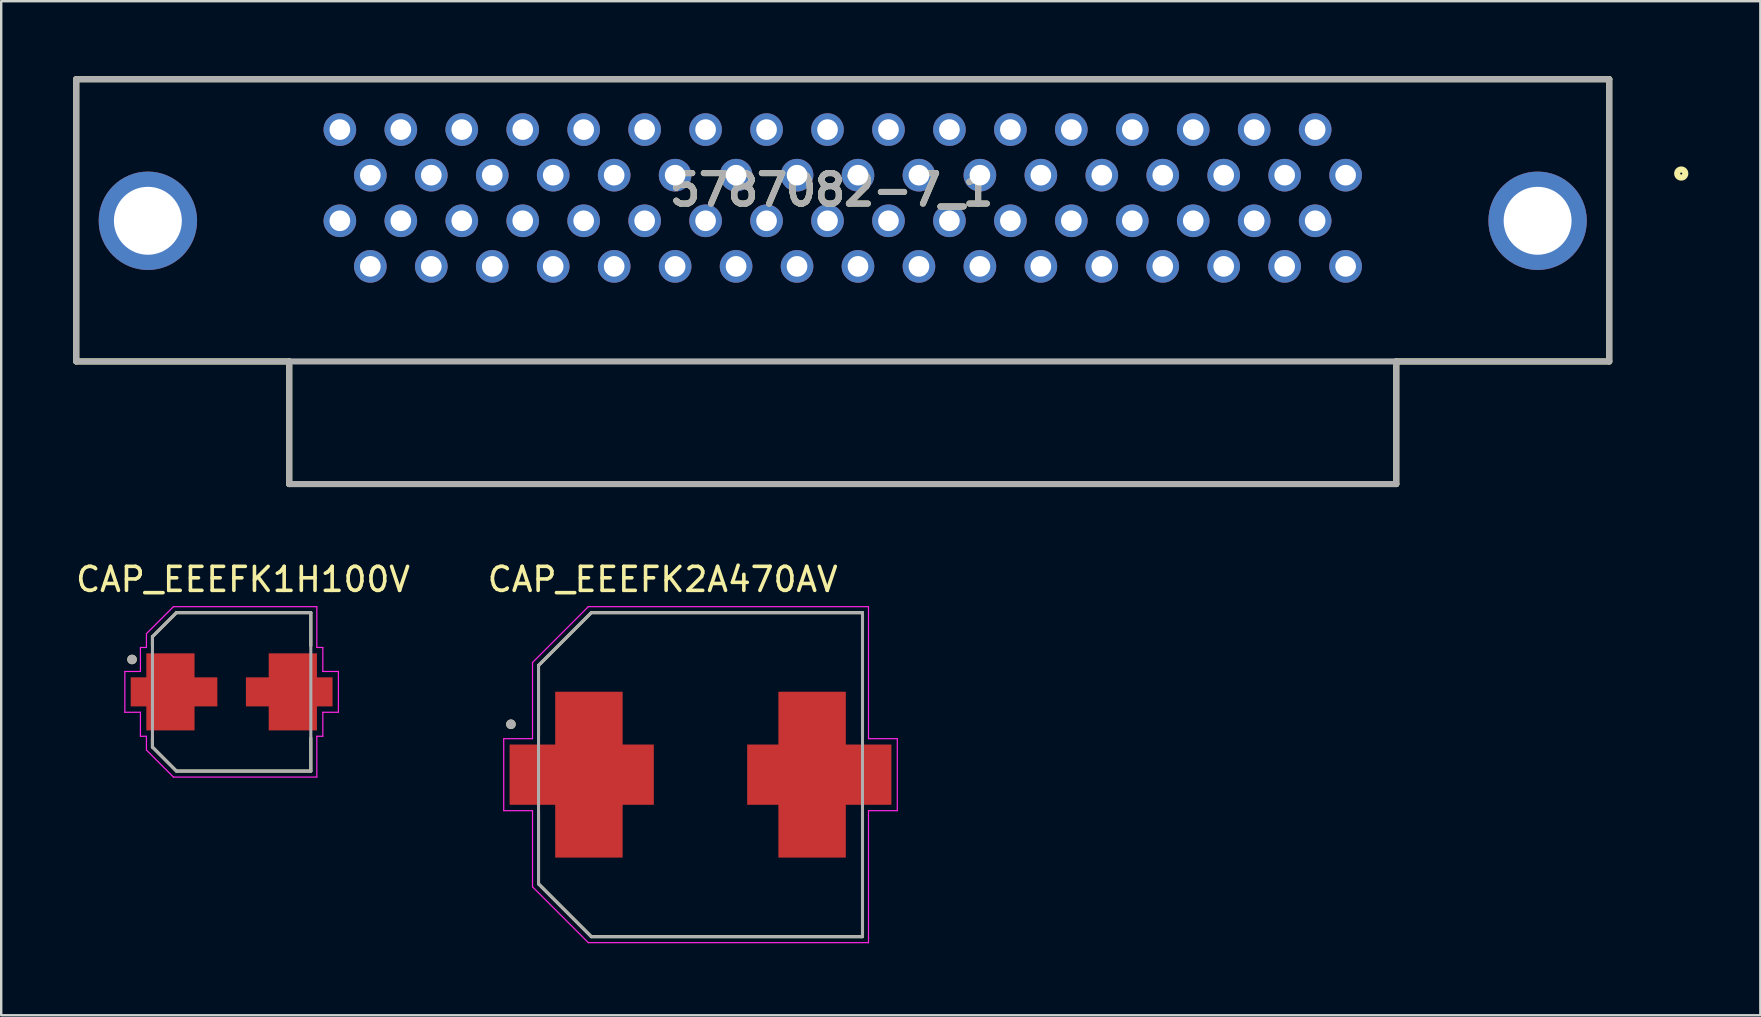
<source format=kicad_pcb>
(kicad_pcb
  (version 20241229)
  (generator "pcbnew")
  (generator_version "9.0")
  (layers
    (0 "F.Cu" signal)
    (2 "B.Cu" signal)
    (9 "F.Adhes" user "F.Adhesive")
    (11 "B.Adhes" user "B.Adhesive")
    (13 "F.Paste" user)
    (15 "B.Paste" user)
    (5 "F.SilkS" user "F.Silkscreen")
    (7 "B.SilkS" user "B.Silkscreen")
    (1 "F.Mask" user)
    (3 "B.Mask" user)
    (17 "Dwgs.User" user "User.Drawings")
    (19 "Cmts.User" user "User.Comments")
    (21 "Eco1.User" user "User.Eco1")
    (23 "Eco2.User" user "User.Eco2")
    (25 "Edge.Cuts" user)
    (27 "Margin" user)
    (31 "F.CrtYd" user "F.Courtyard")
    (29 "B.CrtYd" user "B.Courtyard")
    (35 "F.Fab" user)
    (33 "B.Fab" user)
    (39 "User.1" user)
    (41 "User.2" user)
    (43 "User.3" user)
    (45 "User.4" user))
  (footprint "CAP_EEEFK2A470AV"
    (layer "F.Cu")
    (at 26.14 29.23)
    (property "Reference" "CAP_EEEFK2A470AV" (at -1.575 -8.135 0) (layer "F.SilkS") (effects (font (size 1 1) (thickness 0.15))))
    (attr through_hole)
    (fp_poly (pts (xy -6.15 3.55) (xy -6.15 1.35) (xy -8.05 1.35) (xy -8.05 -1.35) (xy -6.15 -1.35) (xy -6.15 -3.55) (xy -3.15 -3.55) (xy -3.15 -1.35) (xy -1.85 -1.35) (xy -1.85 1.35) (xy -3.15 1.35) (xy -3.15 3.55)) (stroke (width 0.01) (type solid)) (fill yes) (layer "F.Mask"))
    (fp_poly (pts (xy 6.15 3.55) (xy 6.15 1.35) (xy 8.05 1.35) (xy 8.05 -1.35) (xy 6.15 -1.35) (xy 6.15 -3.55) (xy 3.15 -3.55) (xy 3.15 -1.35) (xy 1.85 -1.35) (xy 1.85 1.35) (xy 3.15 1.35) (xy 3.15 3.55)) (stroke (width 0.01) (type solid)) (fill yes) (layer "F.Mask"))
    (fp_line (start -6.75 -4.55) (end -6.75 -1.57) (stroke (width 0.127) (type solid)) (layer "F.SilkS"))
    (fp_line (start -6.75 1.57) (end -6.75 4.55) (stroke (width 0.127) (type solid)) (layer "F.SilkS"))
    (fp_line (start -6.75 4.55) (end -4.55 6.75) (stroke (width 0.127) (type solid)) (layer "F.SilkS"))
    (fp_line (start -4.55 -6.75) (end -6.75 -4.55) (stroke (width 0.127) (type solid)) (layer "F.SilkS"))
    (fp_line (start -4.55 6.75) (end 6.75 6.75) (stroke (width 0.127) (type solid)) (layer "F.SilkS"))
    (fp_line (start 6.75 -6.75) (end -4.55 -6.75) (stroke (width 0.127) (type solid)) (layer "F.SilkS"))
    (fp_line (start 6.75 -1.57) (end 6.75 -6.75) (stroke (width 0.127) (type solid)) (layer "F.SilkS"))
    (fp_line (start 6.75 6.75) (end 6.75 1.57) (stroke (width 0.127) (type solid)) (layer "F.SilkS"))
    (fp_circle (center -7.9 -2.1) (end -7.8 -2.1) (stroke (width 0.2) (type solid)) (fill no) (layer "F.SilkS"))
    (fp_poly (pts (xy -6.05 3.45) (xy -6.05 1.25) (xy -7.95 1.25) (xy -7.95 -1.25) (xy -6.05 -1.25) (xy -6.05 -3.45) (xy -3.25 -3.45) (xy -3.25 -1.25) (xy -1.95 -1.25) (xy -1.95 1.25) (xy -3.25 1.25) (xy -3.25 3.45)) (stroke (width 0.01) (type solid)) (fill yes) (layer "F.Paste"))
    (fp_poly (pts (xy 6.05 3.45) (xy 6.05 1.25) (xy 7.95 1.25) (xy 7.95 -1.25) (xy 6.05 -1.25) (xy 6.05 -3.45) (xy 3.25 -3.45) (xy 3.25 -1.25) (xy 1.95 -1.25) (xy 1.95 1.25) (xy 3.25 1.25) (xy 3.25 3.45)) (stroke (width 0.01) (type solid)) (fill yes) (layer "F.Paste"))
    (fp_line (start -8.2 -1.5) (end -7 -1.5) (stroke (width 0.05) (type solid)) (layer "F.CrtYd"))
    (fp_line (start -8.2 1.5) (end -8.2 -1.5) (stroke (width 0.05) (type solid)) (layer "F.CrtYd"))
    (fp_line (start -7 -4.675) (end -4.675 -7) (stroke (width 0.05) (type solid)) (layer "F.CrtYd"))
    (fp_line (start -7 -1.5) (end -7 -4.675) (stroke (width 0.05) (type solid)) (layer "F.CrtYd"))
    (fp_line (start -7 1.5) (end -8.2 1.5) (stroke (width 0.05) (type solid)) (layer "F.CrtYd"))
    (fp_line (start -7 4.675) (end -7 1.5) (stroke (width 0.05) (type solid)) (layer "F.CrtYd"))
    (fp_line (start -4.675 -7) (end 7 -7) (stroke (width 0.05) (type solid)) (layer "F.CrtYd"))
    (fp_line (start -4.675 7) (end -7 4.675) (stroke (width 0.05) (type solid)) (layer "F.CrtYd"))
    (fp_line (start 7 -7) (end 7 -1.5) (stroke (width 0.05) (type solid)) (layer "F.CrtYd"))
    (fp_line (start 7 -1.5) (end 8.2 -1.5) (stroke (width 0.05) (type solid)) (layer "F.CrtYd"))
    (fp_line (start 7 1.5) (end 7 7) (stroke (width 0.05) (type solid)) (layer "F.CrtYd"))
    (fp_line (start 7 7) (end -4.675 7) (stroke (width 0.05) (type solid)) (layer "F.CrtYd"))
    (fp_line (start 8.2 -1.5) (end 8.2 1.5) (stroke (width 0.05) (type solid)) (layer "F.CrtYd"))
    (fp_line (start 8.2 1.5) (end 7 1.5) (stroke (width 0.05) (type solid)) (layer "F.CrtYd"))
    (fp_line (start -6.75 -4.55) (end -6.75 4.55) (stroke (width 0.127) (type solid)) (layer "F.Fab"))
    (fp_line (start -6.75 4.55) (end -4.55 6.75) (stroke (width 0.127) (type solid)) (layer "F.Fab"))
    (fp_line (start -4.55 -6.75) (end -6.75 -4.55) (stroke (width 0.127) (type solid)) (layer "F.Fab"))
    (fp_line (start -4.55 6.75) (end 6.75 6.75) (stroke (width 0.127) (type solid)) (layer "F.Fab"))
    (fp_line (start 6.75 -6.75) (end -4.55 -6.75) (stroke (width 0.127) (type solid)) (layer "F.Fab"))
    (fp_line (start 6.75 6.75) (end 6.75 -6.75) (stroke (width 0.127) (type solid)) (layer "F.Fab"))
    (fp_circle (center -7.9 -2.1) (end -7.8 -2.1) (stroke (width 0.2) (type solid)) (fill no) (layer "F.Fab"))
    (pad "1" smd custom (at -4.65 0) (size 2 2) (layers "F.Cu") (options (anchor rect)) (primitives (gr_poly (pts (xy -1.4 3.45) (xy -1.4 1.25) (xy -3.3 1.25) (xy -3.3 -1.25) (xy -1.4 -1.25) (xy -1.4 -3.45) (xy 1.4 -3.45) (xy 1.4 -1.25) (xy 2.7 -1.25) (xy 2.7 1.25) (xy 1.4 1.25) (xy 1.4 3.45)) (width 0.01) (fill yes))))
    (pad "2" smd custom (at 4.65 0) (size 2 2) (layers "F.Cu") (options (anchor rect)) (primitives (gr_poly (pts (xy 1.4 3.45) (xy 1.4 1.25) (xy 3.3 1.25) (xy 3.3 -1.25) (xy 1.4 -1.25) (xy 1.4 -3.45) (xy -1.4 -3.45) (xy -1.4 -1.25) (xy -2.7 -1.25) (xy -2.7 1.25) (xy -1.4 1.25) (xy -1.4 3.45)) (width 0.01) (fill yes)))))
  (footprint "CAP_EEEFK1H100V"
    (layer "F.Cu")
    (at 6.602 25.78)
    (property "Reference" "CAP_EEEFK1H100V" (at 0.475 -4.685 0) (layer "F.SilkS") (effects (font (size 1 1) (thickness 0.15))))
    (attr through_hole)
    (fp_poly (pts (xy -3.65 1.7) (xy -3.65 0.7) (xy -4.3 0.7) (xy -4.3 -0.7) (xy -3.65 -0.7) (xy -3.65 -1.7) (xy -1.45 -1.7) (xy -1.45 -0.7) (xy -0.5 -0.7) (xy -0.5 0.7) (xy -1.45 0.7) (xy -1.45 1.7)) (stroke (width 0.01) (type solid)) (fill yes) (layer "F.Mask"))
    (fp_poly (pts (xy 3.65 1.7) (xy 3.65 0.7) (xy 4.3 0.7) (xy 4.3 -0.7) (xy 3.65 -0.7) (xy 3.65 -1.7) (xy 1.45 -1.7) (xy 1.45 -0.7) (xy 0.5 -0.7) (xy 0.5 0.7) (xy 1.45 0.7) (xy 1.45 1.7)) (stroke (width 0.01) (type solid)) (fill yes) (layer "F.Mask"))
    (fp_line (start -3.3 -2.3) (end -3.3 -1.92) (stroke (width 0.127) (type solid)) (layer "F.SilkS"))
    (fp_line (start -3.3 1.92) (end -3.3 2.3) (stroke (width 0.127) (type solid)) (layer "F.SilkS"))
    (fp_line (start -3.3 2.3) (end -2.3 3.3) (stroke (width 0.127) (type solid)) (layer "F.SilkS"))
    (fp_line (start -2.3 -3.3) (end -3.3 -2.3) (stroke (width 0.127) (type solid)) (layer "F.SilkS"))
    (fp_line (start -2.3 3.3) (end 3.3 3.3) (stroke (width 0.127) (type solid)) (layer "F.SilkS"))
    (fp_line (start 3.3 -3.3) (end -2.3 -3.3) (stroke (width 0.127) (type solid)) (layer "F.SilkS"))
    (fp_line (start 3.3 -1.92) (end 3.3 -3.3) (stroke (width 0.127) (type solid)) (layer "F.SilkS"))
    (fp_line (start 3.3 3.3) (end 3.3 1.92) (stroke (width 0.127) (type solid)) (layer "F.SilkS"))
    (fp_circle (center -4.15 -1.35) (end -4.05 -1.35) (stroke (width 0.2) (type solid)) (fill no) (layer "F.SilkS"))
    (fp_poly (pts (xy -3.55 1.6) (xy -3.55 0.6) (xy -4.2 0.6) (xy -4.2 -0.6) (xy -3.55 -0.6) (xy -3.55 -1.6) (xy -1.55 -1.6) (xy -1.55 -0.6) (xy -0.6 -0.6) (xy -0.6 0.6) (xy -1.55 0.6) (xy -1.55 1.6)) (stroke (width 0.01) (type solid)) (fill yes) (layer "F.Paste"))
    (fp_poly (pts (xy 3.55 1.6) (xy 3.55 0.6) (xy 4.2 0.6) (xy 4.2 -0.6) (xy 3.55 -0.6) (xy 3.55 -1.6) (xy 1.55 -1.6) (xy 1.55 -0.6) (xy 0.6 -0.6) (xy 0.6 0.6) (xy 1.55 0.6) (xy 1.55 1.6)) (stroke (width 0.01) (type solid)) (fill yes) (layer "F.Paste"))
    (fp_line (start -4.45 -0.85) (end -3.8 -0.85) (stroke (width 0.05) (type solid)) (layer "F.CrtYd"))
    (fp_line (start -4.45 0.85) (end -4.45 -0.85) (stroke (width 0.05) (type solid)) (layer "F.CrtYd"))
    (fp_line (start -3.8 -1.85) (end -3.55 -1.85) (stroke (width 0.05) (type solid)) (layer "F.CrtYd"))
    (fp_line (start -3.8 -0.85) (end -3.8 -1.85) (stroke (width 0.05) (type solid)) (layer "F.CrtYd"))
    (fp_line (start -3.8 0.85) (end -4.45 0.85) (stroke (width 0.05) (type solid)) (layer "F.CrtYd"))
    (fp_line (start -3.8 1.85) (end -3.8 0.85) (stroke (width 0.05) (type solid)) (layer "F.CrtYd"))
    (fp_line (start -3.55 -2.425) (end -2.425 -3.55) (stroke (width 0.05) (type solid)) (layer "F.CrtYd"))
    (fp_line (start -3.55 -1.85) (end -3.55 -2.425) (stroke (width 0.05) (type solid)) (layer "F.CrtYd"))
    (fp_line (start -3.55 1.85) (end -3.8 1.85) (stroke (width 0.05) (type solid)) (layer "F.CrtYd"))
    (fp_line (start -3.55 2.425) (end -3.55 1.85) (stroke (width 0.05) (type solid)) (layer "F.CrtYd"))
    (fp_line (start -2.425 -3.55) (end 3.55 -3.55) (stroke (width 0.05) (type solid)) (layer "F.CrtYd"))
    (fp_line (start -2.425 3.55) (end -3.55 2.425) (stroke (width 0.05) (type solid)) (layer "F.CrtYd"))
    (fp_line (start 3.55 -3.55) (end 3.55 -1.85) (stroke (width 0.05) (type solid)) (layer "F.CrtYd"))
    (fp_line (start 3.55 -1.85) (end 3.8 -1.85) (stroke (width 0.05) (type solid)) (layer "F.CrtYd"))
    (fp_line (start 3.55 1.85) (end 3.55 3.55) (stroke (width 0.05) (type solid)) (layer "F.CrtYd"))
    (fp_line (start 3.55 3.55) (end -2.425 3.55) (stroke (width 0.05) (type solid)) (layer "F.CrtYd"))
    (fp_line (start 3.8 -1.85) (end 3.8 -0.85) (stroke (width 0.05) (type solid)) (layer "F.CrtYd"))
    (fp_line (start 3.8 -0.85) (end 4.45 -0.85) (stroke (width 0.05) (type solid)) (layer "F.CrtYd"))
    (fp_line (start 3.8 0.85) (end 3.8 1.85) (stroke (width 0.05) (type solid)) (layer "F.CrtYd"))
    (fp_line (start 3.8 1.85) (end 3.55 1.85) (stroke (width 0.05) (type solid)) (layer "F.CrtYd"))
    (fp_line (start 4.45 -0.85) (end 4.45 0.85) (stroke (width 0.05) (type solid)) (layer "F.CrtYd"))
    (fp_line (start 4.45 0.85) (end 3.8 0.85) (stroke (width 0.05) (type solid)) (layer "F.CrtYd"))
    (fp_line (start -3.3 -2.3) (end -3.3 2.3) (stroke (width 0.127) (type solid)) (layer "F.Fab"))
    (fp_line (start -3.3 2.3) (end -2.3 3.3) (stroke (width 0.127) (type solid)) (layer "F.Fab"))
    (fp_line (start -2.3 -3.3) (end -3.3 -2.3) (stroke (width 0.127) (type solid)) (layer "F.Fab"))
    (fp_line (start -2.3 3.3) (end 3.3 3.3) (stroke (width 0.127) (type solid)) (layer "F.Fab"))
    (fp_line (start 3.3 -3.3) (end -2.3 -3.3) (stroke (width 0.127) (type solid)) (layer "F.Fab"))
    (fp_line (start 3.3 3.3) (end 3.3 -3.3) (stroke (width 0.127) (type solid)) (layer "F.Fab"))
    (fp_circle (center -4.15 -1.35) (end -4.05 -1.35) (stroke (width 0.2) (type solid)) (fill no) (layer "F.Fab"))
    (pad "1" smd custom (at -2.55 0) (size 1.8 1.8) (layers "F.Cu") (options (anchor rect)) (primitives (gr_poly (pts (xy -1 1.6) (xy -1 0.6) (xy -1.65 0.6) (xy -1.65 -0.6) (xy -1 -0.6) (xy -1 -1.6) (xy 1 -1.6) (xy 1 -0.6) (xy 1.95 -0.6) (xy 1.95 0.6) (xy 1 0.6) (xy 1 1.6)) (width 0.01) (fill yes))))
    (pad "2" smd custom (at 2.55 0) (size 1.8 1.8) (layers "F.Cu") (options (anchor rect)) (primitives (gr_poly (pts (xy 1 1.6) (xy 1 0.6) (xy 1.65 0.6) (xy 1.65 -0.6) (xy 1 -0.6) (xy 1 -1.6) (xy -1 -1.6) (xy -1 -0.6) (xy -1.95 -0.6) (xy -1.95 0.6) (xy -1 0.6) (xy -1 1.6)) (width 0.01) (fill yes)))))
  (footprint "5787082-7_1"
    (layer "F.Cu")
    (at 32.067 0.25)
    (property "Reference" "5787082-7_1" (at -0.467 4.608 0) (layer "F.SilkS") (effects (font (size 1.27 1.27) (thickness 0.254))))
    (attr through_hole)
    (fp_line (start -31.94 0) (end -31.94 11.76) (stroke (width 0.254) (type solid)) (layer "F.SilkS"))
    (fp_line (start -31.94 11.76) (end -23.065 11.76) (stroke (width 0.254) (type solid)) (layer "F.SilkS"))
    (fp_line (start -23.065 11.76) (end -23.065 16.87) (stroke (width 0.254) (type solid)) (layer "F.SilkS"))
    (fp_line (start -23.065 16.87) (end 23.065 16.87) (stroke (width 0.254) (type solid)) (layer "F.SilkS"))
    (fp_line (start 23.065 11.76) (end 31.94 11.76) (stroke (width 0.254) (type solid)) (layer "F.SilkS"))
    (fp_line (start 23.065 16.87) (end 23.065 11.76) (stroke (width 0.254) (type solid)) (layer "F.SilkS"))
    (fp_line (start 31.94 0) (end -31.94 0) (stroke (width 0.254) (type solid)) (layer "F.SilkS"))
    (fp_line (start 31.94 11.76) (end 31.94 0) (stroke (width 0.254) (type solid)) (layer "F.SilkS"))
    (fp_circle (center 34.94 3.931) (end 34.94 4.1) (stroke (width 0.254) (type solid)) (fill no) (layer "F.SilkS"))
    (fp_line (start -31.94 0) (end 31.94 0) (stroke (width 0.254) (type solid)) (layer "F.Fab"))
    (fp_line (start -31.94 11.76) (end -31.94 0) (stroke (width 0.254) (type solid)) (layer "F.Fab"))
    (fp_line (start -23.065 11.76) (end -23.065 16.87) (stroke (width 0.254) (type solid)) (layer "F.Fab"))
    (fp_line (start -23.065 16.87) (end 23.065 16.87) (stroke (width 0.254) (type solid)) (layer "F.Fab"))
    (fp_line (start 23.065 16.87) (end 23.065 11.76) (stroke (width 0.254) (type solid)) (layer "F.Fab"))
    (fp_line (start 31.94 0) (end 31.94 11.76) (stroke (width 0.254) (type solid)) (layer "F.Fab"))
    (fp_line (start 31.94 11.76) (end -31.94 11.76) (stroke (width 0.254) (type solid)) (layer "F.Fab"))
    (fp_text user "${REFERENCE}" (at -0.467 4.608 0) (layer "F.Fab") (effects (font (size 1.27 1.27) (thickness 0.254))))
    (pad "1" thru_hole circle (at 20.955 4) (size 1.36 1.36) (drill 0.86) (layers "*.Cu" "*.Mask"))
    (pad "2" thru_hole circle (at 19.685 2.1) (size 1.36 1.36) (drill 0.86) (layers "*.Cu" "*.Mask"))
    (pad "3" thru_hole circle (at 18.415 4) (size 1.36 1.36) (drill 0.86) (layers "*.Cu" "*.Mask"))
    (pad "4" thru_hole circle (at 17.145 2.1) (size 1.36 1.36) (drill 0.86) (layers "*.Cu" "*.Mask"))
    (pad "5" thru_hole circle (at 15.875 4) (size 1.36 1.36) (drill 0.86) (layers "*.Cu" "*.Mask"))
    (pad "6" thru_hole circle (at 14.605 2.1) (size 1.36 1.36) (drill 0.86) (layers "*.Cu" "*.Mask"))
    (pad "7" thru_hole circle (at 13.335 4) (size 1.36 1.36) (drill 0.86) (layers "*.Cu" "*.Mask"))
    (pad "8" thru_hole circle (at 12.065 2.1) (size 1.36 1.36) (drill 0.86) (layers "*.Cu" "*.Mask"))
    (pad "9" thru_hole circle (at 10.795 4) (size 1.36 1.36) (drill 0.86) (layers "*.Cu" "*.Mask"))
    (pad "10" thru_hole circle (at 9.525 2.1) (size 1.36 1.36) (drill 0.86) (layers "*.Cu" "*.Mask"))
    (pad "11" thru_hole circle (at 8.255 4) (size 1.36 1.36) (drill 0.86) (layers "*.Cu" "*.Mask"))
    (pad "12" thru_hole circle (at 6.985 2.1) (size 1.36 1.36) (drill 0.86) (layers "*.Cu" "*.Mask"))
    (pad "13" thru_hole circle (at 5.715 4) (size 1.36 1.36) (drill 0.86) (layers "*.Cu" "*.Mask"))
    (pad "14" thru_hole circle (at 4.445 2.1) (size 1.36 1.36) (drill 0.86) (layers "*.Cu" "*.Mask"))
    (pad "15" thru_hole circle (at 3.175 4) (size 1.36 1.36) (drill 0.86) (layers "*.Cu" "*.Mask"))
    (pad "16" thru_hole circle (at 1.905 2.1) (size 1.36 1.36) (drill 0.86) (layers "*.Cu" "*.Mask"))
    (pad "17" thru_hole circle (at 0.635 4) (size 1.36 1.36) (drill 0.86) (layers "*.Cu" "*.Mask"))
    (pad "18" thru_hole circle (at -0.635 2.1) (size 1.36 1.36) (drill 0.86) (layers "*.Cu" "*.Mask"))
    (pad "19" thru_hole circle (at -1.905 4) (size 1.36 1.36) (drill 0.86) (layers "*.Cu" "*.Mask"))
    (pad "20" thru_hole circle (at -3.175 2.1) (size 1.36 1.36) (drill 0.86) (layers "*.Cu" "*.Mask"))
    (pad "21" thru_hole circle (at -4.445 4) (size 1.36 1.36) (drill 0.86) (layers "*.Cu" "*.Mask"))
    (pad "22" thru_hole circle (at -5.715 2.1) (size 1.36 1.36) (drill 0.86) (layers "*.Cu" "*.Mask"))
    (pad "23" thru_hole circle (at -6.985 4) (size 1.36 1.36) (drill 0.86) (layers "*.Cu" "*.Mask"))
    (pad "24" thru_hole circle (at -8.255 2.1) (size 1.36 1.36) (drill 0.86) (layers "*.Cu" "*.Mask"))
    (pad "25" thru_hole circle (at -9.525 4) (size 1.36 1.36) (drill 0.86) (layers "*.Cu" "*.Mask"))
    (pad "26" thru_hole circle (at -10.795 2.1) (size 1.36 1.36) (drill 0.86) (layers "*.Cu" "*.Mask"))
    (pad "27" thru_hole circle (at -12.065 4) (size 1.36 1.36) (drill 0.86) (layers "*.Cu" "*.Mask"))
    (pad "28" thru_hole circle (at -13.335 2.1) (size 1.36 1.36) (drill 0.86) (layers "*.Cu" "*.Mask"))
    (pad "29" thru_hole circle (at -14.605 4) (size 1.36 1.36) (drill 0.86) (layers "*.Cu" "*.Mask"))
    (pad "30" thru_hole circle (at -15.875 2.1) (size 1.36 1.36) (drill 0.86) (layers "*.Cu" "*.Mask"))
    (pad "31" thru_hole circle (at -17.145 4) (size 1.36 1.36) (drill 0.86) (layers "*.Cu" "*.Mask"))
    (pad "32" thru_hole circle (at -18.415 2.1) (size 1.36 1.36) (drill 0.86) (layers "*.Cu" "*.Mask"))
    (pad "33" thru_hole circle (at -19.685 4) (size 1.36 1.36) (drill 0.86) (layers "*.Cu" "*.Mask"))
    (pad "34" thru_hole circle (at -20.955 2.1) (size 1.36 1.36) (drill 0.86) (layers "*.Cu" "*.Mask"))
    (pad "35" thru_hole circle (at 20.955 7.8) (size 1.36 1.36) (drill 0.86) (layers "*.Cu" "*.Mask"))
    (pad "36" thru_hole circle (at 19.685 5.9) (size 1.36 1.36) (drill 0.86) (layers "*.Cu" "*.Mask"))
    (pad "37" thru_hole circle (at 18.415 7.8) (size 1.36 1.36) (drill 0.86) (layers "*.Cu" "*.Mask"))
    (pad "38" thru_hole circle (at 17.145 5.9) (size 1.36 1.36) (drill 0.86) (layers "*.Cu" "*.Mask"))
    (pad "39" thru_hole circle (at 15.875 7.8) (size 1.36 1.36) (drill 0.86) (layers "*.Cu" "*.Mask"))
    (pad "40" thru_hole circle (at 14.605 5.9) (size 1.36 1.36) (drill 0.86) (layers "*.Cu" "*.Mask"))
    (pad "41" thru_hole circle (at 13.335 7.8) (size 1.36 1.36) (drill 0.86) (layers "*.Cu" "*.Mask"))
    (pad "42" thru_hole circle (at 12.065 5.9) (size 1.36 1.36) (drill 0.86) (layers "*.Cu" "*.Mask"))
    (pad "43" thru_hole circle (at 10.795 7.8) (size 1.36 1.36) (drill 0.86) (layers "*.Cu" "*.Mask"))
    (pad "44" thru_hole circle (at 9.525 5.9) (size 1.36 1.36) (drill 0.86) (layers "*.Cu" "*.Mask"))
    (pad "45" thru_hole circle (at 8.255 7.8) (size 1.36 1.36) (drill 0.86) (layers "*.Cu" "*.Mask"))
    (pad "46" thru_hole circle (at 6.985 5.9) (size 1.36 1.36) (drill 0.86) (layers "*.Cu" "*.Mask"))
    (pad "47" thru_hole circle (at 5.715 7.8) (size 1.36 1.36) (drill 0.86) (layers "*.Cu" "*.Mask"))
    (pad "48" thru_hole circle (at 4.445 5.9) (size 1.36 1.36) (drill 0.86) (layers "*.Cu" "*.Mask"))
    (pad "49" thru_hole circle (at 3.175 7.8) (size 1.36 1.36) (drill 0.86) (layers "*.Cu" "*.Mask"))
    (pad "50" thru_hole circle (at 1.905 5.9) (size 1.36 1.36) (drill 0.86) (layers "*.Cu" "*.Mask"))
    (pad "51" thru_hole circle (at 0.635 7.8) (size 1.36 1.36) (drill 0.86) (layers "*.Cu" "*.Mask"))
    (pad "52" thru_hole circle (at -0.635 5.9) (size 1.36 1.36) (drill 0.86) (layers "*.Cu" "*.Mask"))
    (pad "53" thru_hole circle (at -1.905 7.8) (size 1.36 1.36) (drill 0.86) (layers "*.Cu" "*.Mask"))
    (pad "54" thru_hole circle (at -3.175 5.9) (size 1.36 1.36) (drill 0.86) (layers "*.Cu" "*.Mask"))
    (pad "55" thru_hole circle (at -4.445 7.8) (size 1.36 1.36) (drill 0.86) (layers "*.Cu" "*.Mask"))
    (pad "56" thru_hole circle (at -5.715 5.9) (size 1.36 1.36) (drill 0.86) (layers "*.Cu" "*.Mask"))
    (pad "57" thru_hole circle (at -6.985 7.8) (size 1.36 1.36) (drill 0.86) (layers "*.Cu" "*.Mask"))
    (pad "58" thru_hole circle (at -8.255 5.9) (size 1.36 1.36) (drill 0.86) (layers "*.Cu" "*.Mask"))
    (pad "59" thru_hole circle (at -9.525 7.8) (size 1.36 1.36) (drill 0.86) (layers "*.Cu" "*.Mask"))
    (pad "60" thru_hole circle (at -10.795 5.9) (size 1.36 1.36) (drill 0.86) (layers "*.Cu" "*.Mask"))
    (pad "61" thru_hole circle (at -12.065 7.8) (size 1.36 1.36) (drill 0.86) (layers "*.Cu" "*.Mask"))
    (pad "62" thru_hole circle (at -13.335 5.9) (size 1.36 1.36) (drill 0.86) (layers "*.Cu" "*.Mask"))
    (pad "63" thru_hole circle (at -14.605 7.8) (size 1.36 1.36) (drill 0.86) (layers "*.Cu" "*.Mask"))
    (pad "64" thru_hole circle (at -15.875 5.9) (size 1.36 1.36) (drill 0.86) (layers "*.Cu" "*.Mask"))
    (pad "65" thru_hole circle (at -17.145 7.8) (size 1.36 1.36) (drill 0.86) (layers "*.Cu" "*.Mask"))
    (pad "66" thru_hole circle (at -18.415 5.9) (size 1.36 1.36) (drill 0.86) (layers "*.Cu" "*.Mask"))
    (pad "67" thru_hole circle (at -19.685 7.8) (size 1.36 1.36) (drill 0.86) (layers "*.Cu" "*.Mask"))
    (pad "68" thru_hole circle (at -20.955 5.9) (size 1.36 1.36) (drill 0.86) (layers "*.Cu" "*.Mask"))
    (pad "69" thru_hole circle (at -28.955 5.9) (size 4.1 4.1) (drill 2.83) (layers "*.Cu" "*.Mask"))
    (pad "70" thru_hole circle (at 28.955 5.9) (size 4.1 4.1) (drill 2.83) (layers "*.Cu" "*.Mask")))
  (gr_rect
    (start -3 -3)
    (end 70.303 39.255)
    (stroke (width 0.1) (type default))
    (fill no)
    (layer "Edge.Cuts")))
</source>
